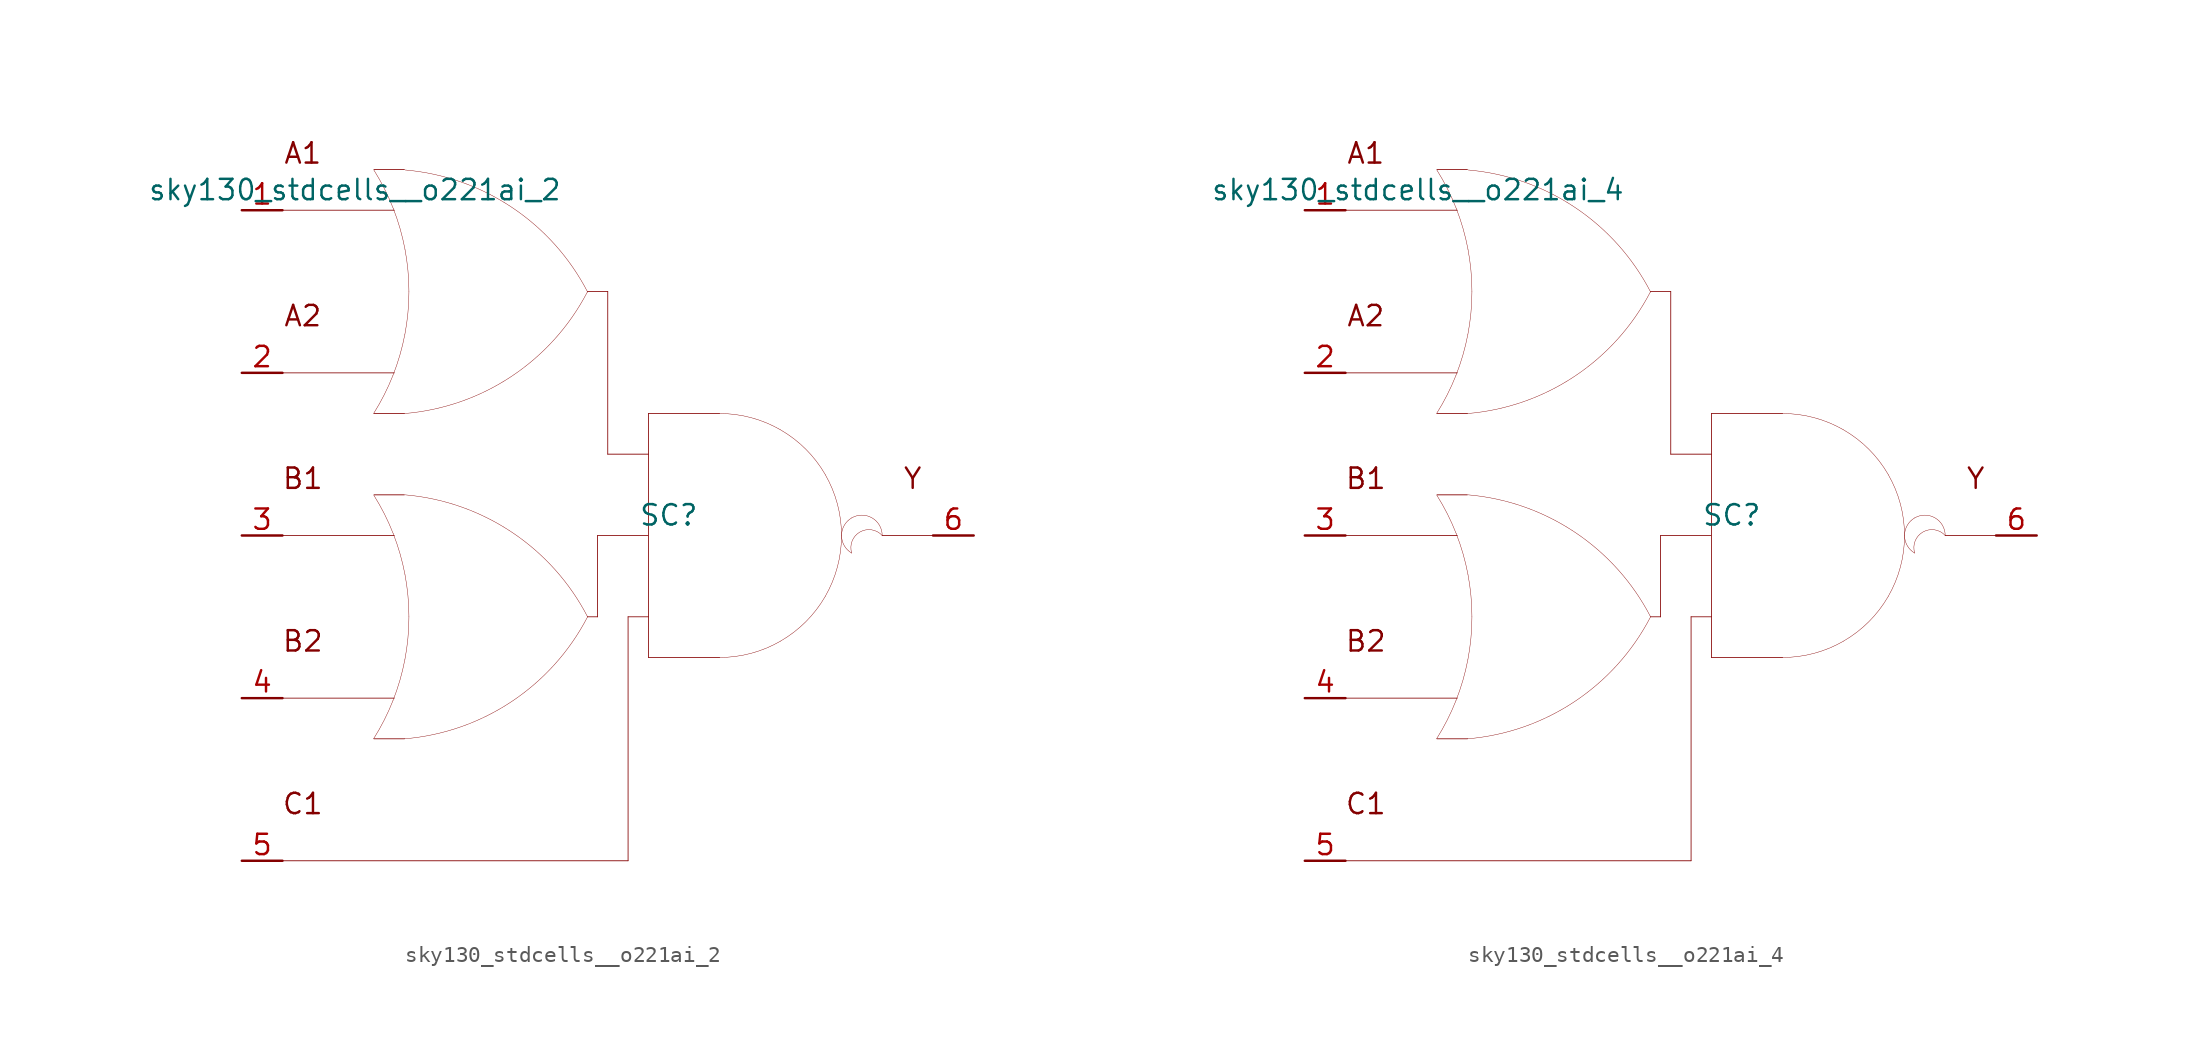
<source format=kicad_sym>
(kicad_symbol_lib
  (version 20211014)
  (generator kicad_symbol_editor)
  (symbol "sky130_stdcells__o221ai_2"
    (pin_names hide)
    (property "Reference" "SC"
      (at 3.81 1.27 0)
      (effects (font (size 1.27 1.27))))
    (property "Value" "sky130_stdcells__o221ai_2"
      (at -2.845 21.59 0)
      (effects (font (size 1.27 1.27)) (justify right)))
    (symbol "sky130_stdcells__o221ai_2_0_0"
      (arc (start -14.6255 -12.6942) (mid -13.968 -11.538) (end -13.4212 -10.3256) (stroke (width 0.0254) (type default) (color 0 0 0 0)) (fill (type none)))
      (arc (start -14.6255 7.6258) (mid -13.968 8.782) (end -13.4212 9.9944) (stroke (width 0.0254) (type default) (color 0 0 0 0)) (fill (type none)))
      (arc (start -13.4212 -10.3256) (mid -12.9863 -9.0555) (end -12.673 -7.7501) (stroke (width 0.0254) (type default) (color 0 0 0 0)) (fill (type none)))
      (arc (start -13.4212 9.9944) (mid -12.9863 11.2645) (end -12.673 12.5699) (stroke (width 0.0254) (type default) (color 0 0 0 0)) (fill (type none)))
      (arc (start -13.403 0.1193) (mid -13.9512 1.3448) (end -14.6123 2.5132) (stroke (width 0.0254) (type default) (color 0 0 0 0)) (fill (type none)))
      (arc (start -13.403 20.4393) (mid -13.9512 21.6648) (end -14.6123 22.8332) (stroke (width 0.0254) (type default) (color 0 0 0 0)) (fill (type none)))
      (arc (start -12.705 -12.7031) (mid -6.011 -10.3786) (end -1.2741 -5.1084) (stroke (width 0.0254) (type default) (color 0 0 0 0)) (fill (type none)))
      (arc (start -12.705 7.6169) (mid -6.011 9.9414) (end -1.2741 15.2116) (stroke (width 0.0254) (type default) (color 0 0 0 0)) (fill (type none)))
      (arc (start -12.673 -7.7501) (mid -12.4838 -6.421) (end -12.4206 -5.08) (stroke (width 0.0254) (type default) (color 0 0 0 0)) (fill (type none)))
      (arc (start -12.673 12.5699) (mid -12.4838 13.899) (end -12.4206 15.24) (stroke (width 0.0254) (type default) (color 0 0 0 0)) (fill (type none)))
      (arc (start -12.6684 -2.4344) (mid -12.9761 -1.1404) (end -13.403 0.1193) (stroke (width 0.0254) (type default) (color 0 0 0 0)) (fill (type none)))
      (arc (start -12.6684 17.8856) (mid -12.9761 19.1796) (end -13.403 20.4393) (stroke (width 0.0254) (type default) (color 0 0 0 0)) (fill (type none)))
      (arc (start -12.4206 -5.08) (mid -12.4827 -3.7514) (end -12.6684 -2.4344) (stroke (width 0.0254) (type default) (color 0 0 0 0)) (fill (type none)))
      (arc (start -12.4206 15.24) (mid -12.4827 16.5686) (end -12.6684 17.8856) (stroke (width 0.0254) (type default) (color 0 0 0 0)) (fill (type none)))
      (arc (start -1.2513 -5.0956) (mid -5.9698 0.191) (end -12.6556 2.5389) (stroke (width 0.0254) (type default) (color 0 0 0 0)) (fill (type none)))
      (arc (start -1.2513 15.199) (mid -5.9698 20.4856) (end -12.6556 22.8335) (stroke (width 0.0254) (type default) (color 0 0 0 0)) (fill (type none)))
      (polyline (pts (xy -20.32 -20.32) (xy 1.27 -20.32)) (stroke (width 0.051) (type default) (color 0 0 0 0)) (fill (type none)))
      (polyline (pts (xy -20.32 -10.16) (xy -13.335 -10.16)) (stroke (width 0.051) (type default) (color 0 0 0 0)) (fill (type none)))
      (polyline (pts (xy -20.32 0) (xy -13.335 0)) (stroke (width 0.051) (type default) (color 0 0 0 0)) (fill (type none)))
      (polyline (pts (xy -20.32 10.16) (xy -13.335 10.16)) (stroke (width 0.051) (type default) (color 0 0 0 0)) (fill (type none)))
      (polyline (pts (xy -20.32 20.32) (xy -13.335 20.32)) (stroke (width 0.051) (type default) (color 0 0 0 0)) (fill (type none)))
      (polyline (pts (xy -14.605 -12.7) (xy -12.7 -12.7)) (stroke (width 0.051) (type default) (color 0 0 0 0)) (fill (type none)))
      (polyline (pts (xy -14.605 2.54) (xy -12.7 2.54)) (stroke (width 0.051) (type default) (color 0 0 0 0)) (fill (type none)))
      (polyline (pts (xy -14.605 7.62) (xy -12.7 7.62)) (stroke (width 0.051) (type default) (color 0 0 0 0)) (fill (type none)))
      (polyline (pts (xy -14.605 22.86) (xy -12.7 22.86)) (stroke (width 0.051) (type default) (color 0 0 0 0)) (fill (type none)))
      (polyline (pts (xy -1.27 -5.08) (xy -0.635 -5.08)) (stroke (width 0.051) (type default) (color 0 0 0 0)) (fill (type none)))
      (polyline (pts (xy -1.27 15.24) (xy 0 15.24)) (stroke (width 0.051) (type default) (color 0 0 0 0)) (fill (type none)))
      (polyline (pts (xy -0.635 0) (xy -0.635 -5.08)) (stroke (width 0.051) (type default) (color 0 0 0 0)) (fill (type none)))
      (polyline (pts (xy -0.635 0) (xy 2.515 0)) (stroke (width 0.051) (type default) (color 0 0 0 0)) (fill (type none)))
      (polyline (pts (xy 0 5.08) (xy 2.54 5.08)) (stroke (width 0.051) (type default) (color 0 0 0 0)) (fill (type none)))
      (polyline (pts (xy 0 15.24) (xy 0 5.08)) (stroke (width 0.051) (type default) (color 0 0 0 0)) (fill (type none)))
      (polyline (pts (xy 1.27 -5.08) (xy 1.27 -20.32)) (stroke (width 0.051) (type default) (color 0 0 0 0)) (fill (type none)))
      (polyline (pts (xy 1.27 -5.08) (xy 2.54 -5.08)) (stroke (width 0.051) (type default) (color 0 0 0 0)) (fill (type none)))
      (polyline (pts (xy 2.54 -7.62) (xy 6.985 -7.62)) (stroke (width 0.051) (type default) (color 0 0 0 0)) (fill (type none)))
      (polyline (pts (xy 2.54 7.62) (xy 2.54 -7.62)) (stroke (width 0.051) (type default) (color 0 0 0 0)) (fill (type none)))
      (polyline (pts (xy 2.54 7.62) (xy 6.985 7.62)) (stroke (width 0.051) (type default) (color 0 0 0 0)) (fill (type none)))
      (polyline (pts (xy 17.145 0) (xy 20.32 0)) (stroke (width 0.051) (type default) (color 0 0 0 0)) (fill (type none)))
      (arc (start 6.985 -7.62) (mid 8.9572 -7.3604) (end 10.795 -6.5991) (stroke (width 0.0254) (type default) (color 0 0 0 0)) (fill (type none)))
      (arc (start 10.795 -6.5991) (mid 12.3731 -5.3881) (end 13.5841 -3.81) (stroke (width 0.0254) (type default) (color 0 0 0 0)) (fill (type none)))
      (arc (start 10.795 6.5991) (mid 8.9572 7.3603) (end 6.985 7.62) (stroke (width 0.0254) (type default) (color 0 0 0 0)) (fill (type none)))
      (arc (start 13.5841 -3.81) (mid 14.3453 -1.9722) (end 14.605 0) (stroke (width 0.0254) (type default) (color 0 0 0 0)) (fill (type none)))
      (arc (start 13.5841 3.81) (mid 12.3731 5.3881) (end 10.795 6.5991) (stroke (width 0.0254) (type default) (color 0 0 0 0)) (fill (type none)))
      (arc (start 14.605 0) (mid 14.3454 1.9722) (end 13.5841 3.81) (stroke (width 0.0254) (type default) (color 0 0 0 0)) (fill (type none)))
      (arc (start 15.24 1.0999) (mid 14.605 0) (end 15.24 -1.0999) (stroke (width 0.0254) (type default) (color 0 0 0 0)) (fill (type none)))
      (arc (start 17.145 0) (mid 15.2881 0.4743) (end 15.24 -1.0999) (stroke (width 0.0254) (type default) (color 0 0 0 0)) (fill (type none)))
      (arc (start 17.145 0) (mid 16.51 1.0998) (end 15.24 1.0999) (stroke (width 0.0254) (type default) (color 0 0 0 0)) (fill (type none)))
      (text "A1" (at -19.05 23.876 0) (effects (font (size 1.27 1.27))))
      (text "A2" (at -19.05 13.716 0) (effects (font (size 1.27 1.27))))
      (text "B1" (at -19.05 3.556 0) (effects (font (size 1.27 1.27))))
      (text "B2" (at -19.05 -6.604 0) (effects (font (size 1.27 1.27))))
      (text "C1" (at -19.05 -16.764 0) (effects (font (size 1.27 1.27))))
      (text "Y" (at 19.05 3.556 0) (effects (font (size 1.27 1.27)))))
    (symbol "sky130_stdcells__o221ai_2_1_1"
      (pin input line (at -22.86 20.32 0) (length 2.54) (name "A1" (effects (font (size 1.092 1.092)))) (number "1" (effects (font (size 1.27 1.27)))))
      (pin input line (at -22.86 10.16 0) (length 2.54) (name "A2" (effects (font (size 1.092 1.092)))) (number "2" (effects (font (size 1.27 1.27)))))
      (pin input line (at -22.86 0 0) (length 2.54) (name "B1" (effects (font (size 1.092 1.092)))) (number "3" (effects (font (size 1.27 1.27)))))
      (pin input line (at -22.86 -10.16 0) (length 2.54) (name "B2" (effects (font (size 1.092 1.092)))) (number "4" (effects (font (size 1.27 1.27)))))
      (pin input line (at -22.86 -20.32 0) (length 2.54) (name "C1" (effects (font (size 1.092 1.092)))) (number "5" (effects (font (size 1.27 1.27)))))
      (pin output line (at 22.86 0 180) (length 2.54) (name "Y" (effects (font (size 1.092 1.092)))) (number "6" (effects (font (size 1.27 1.27)))))))
  (symbol "sky130_stdcells__o221ai_4"
    (pin_names hide)
    (property "Reference" "SC"
      (at 3.81 1.27 0)
      (effects (font (size 1.27 1.27))))
    (property "Value" "sky130_stdcells__o221ai_4"
      (at -2.845 21.59 0)
      (effects (font (size 1.27 1.27)) (justify right)))
    (symbol "sky130_stdcells__o221ai_4_0_0"
      (arc (start -14.6255 -12.6942) (mid -13.968 -11.538) (end -13.4212 -10.3256) (stroke (width 0.0254) (type default) (color 0 0 0 0)) (fill (type none)))
      (arc (start -14.6255 7.6258) (mid -13.968 8.782) (end -13.4212 9.9944) (stroke (width 0.0254) (type default) (color 0 0 0 0)) (fill (type none)))
      (arc (start -13.4212 -10.3256) (mid -12.9863 -9.0555) (end -12.673 -7.7501) (stroke (width 0.0254) (type default) (color 0 0 0 0)) (fill (type none)))
      (arc (start -13.4212 9.9944) (mid -12.9863 11.2645) (end -12.673 12.5699) (stroke (width 0.0254) (type default) (color 0 0 0 0)) (fill (type none)))
      (arc (start -13.403 0.1193) (mid -13.9512 1.3448) (end -14.6123 2.5132) (stroke (width 0.0254) (type default) (color 0 0 0 0)) (fill (type none)))
      (arc (start -13.403 20.4393) (mid -13.9512 21.6648) (end -14.6123 22.8332) (stroke (width 0.0254) (type default) (color 0 0 0 0)) (fill (type none)))
      (arc (start -12.705 -12.7031) (mid -6.011 -10.3786) (end -1.2741 -5.1084) (stroke (width 0.0254) (type default) (color 0 0 0 0)) (fill (type none)))
      (arc (start -12.705 7.6169) (mid -6.011 9.9414) (end -1.2741 15.2116) (stroke (width 0.0254) (type default) (color 0 0 0 0)) (fill (type none)))
      (arc (start -12.673 -7.7501) (mid -12.4838 -6.421) (end -12.4206 -5.08) (stroke (width 0.0254) (type default) (color 0 0 0 0)) (fill (type none)))
      (arc (start -12.673 12.5699) (mid -12.4838 13.899) (end -12.4206 15.24) (stroke (width 0.0254) (type default) (color 0 0 0 0)) (fill (type none)))
      (arc (start -12.6684 -2.4344) (mid -12.9761 -1.1404) (end -13.403 0.1193) (stroke (width 0.0254) (type default) (color 0 0 0 0)) (fill (type none)))
      (arc (start -12.6684 17.8856) (mid -12.9761 19.1796) (end -13.403 20.4393) (stroke (width 0.0254) (type default) (color 0 0 0 0)) (fill (type none)))
      (arc (start -12.4206 -5.08) (mid -12.4827 -3.7514) (end -12.6684 -2.4344) (stroke (width 0.0254) (type default) (color 0 0 0 0)) (fill (type none)))
      (arc (start -12.4206 15.24) (mid -12.4827 16.5686) (end -12.6684 17.8856) (stroke (width 0.0254) (type default) (color 0 0 0 0)) (fill (type none)))
      (arc (start -1.2513 -5.0956) (mid -5.9698 0.191) (end -12.6556 2.5389) (stroke (width 0.0254) (type default) (color 0 0 0 0)) (fill (type none)))
      (arc (start -1.2513 15.199) (mid -5.9698 20.4856) (end -12.6556 22.8335) (stroke (width 0.0254) (type default) (color 0 0 0 0)) (fill (type none)))
      (polyline (pts (xy -20.32 -20.32) (xy 1.27 -20.32)) (stroke (width 0.051) (type default) (color 0 0 0 0)) (fill (type none)))
      (polyline (pts (xy -20.32 -10.16) (xy -13.335 -10.16)) (stroke (width 0.051) (type default) (color 0 0 0 0)) (fill (type none)))
      (polyline (pts (xy -20.32 0) (xy -13.335 0)) (stroke (width 0.051) (type default) (color 0 0 0 0)) (fill (type none)))
      (polyline (pts (xy -20.32 10.16) (xy -13.335 10.16)) (stroke (width 0.051) (type default) (color 0 0 0 0)) (fill (type none)))
      (polyline (pts (xy -20.32 20.32) (xy -13.335 20.32)) (stroke (width 0.051) (type default) (color 0 0 0 0)) (fill (type none)))
      (polyline (pts (xy -14.605 -12.7) (xy -12.7 -12.7)) (stroke (width 0.051) (type default) (color 0 0 0 0)) (fill (type none)))
      (polyline (pts (xy -14.605 2.54) (xy -12.7 2.54)) (stroke (width 0.051) (type default) (color 0 0 0 0)) (fill (type none)))
      (polyline (pts (xy -14.605 7.62) (xy -12.7 7.62)) (stroke (width 0.051) (type default) (color 0 0 0 0)) (fill (type none)))
      (polyline (pts (xy -14.605 22.86) (xy -12.7 22.86)) (stroke (width 0.051) (type default) (color 0 0 0 0)) (fill (type none)))
      (polyline (pts (xy -1.27 -5.08) (xy -0.635 -5.08)) (stroke (width 0.051) (type default) (color 0 0 0 0)) (fill (type none)))
      (polyline (pts (xy -1.27 15.24) (xy 0 15.24)) (stroke (width 0.051) (type default) (color 0 0 0 0)) (fill (type none)))
      (polyline (pts (xy -0.635 0) (xy -0.635 -5.08)) (stroke (width 0.051) (type default) (color 0 0 0 0)) (fill (type none)))
      (polyline (pts (xy -0.635 0) (xy 2.515 0)) (stroke (width 0.051) (type default) (color 0 0 0 0)) (fill (type none)))
      (polyline (pts (xy 0 5.08) (xy 2.54 5.08)) (stroke (width 0.051) (type default) (color 0 0 0 0)) (fill (type none)))
      (polyline (pts (xy 0 15.24) (xy 0 5.08)) (stroke (width 0.051) (type default) (color 0 0 0 0)) (fill (type none)))
      (polyline (pts (xy 1.27 -5.08) (xy 1.27 -20.32)) (stroke (width 0.051) (type default) (color 0 0 0 0)) (fill (type none)))
      (polyline (pts (xy 1.27 -5.08) (xy 2.54 -5.08)) (stroke (width 0.051) (type default) (color 0 0 0 0)) (fill (type none)))
      (polyline (pts (xy 2.54 -7.62) (xy 6.985 -7.62)) (stroke (width 0.051) (type default) (color 0 0 0 0)) (fill (type none)))
      (polyline (pts (xy 2.54 7.62) (xy 2.54 -7.62)) (stroke (width 0.051) (type default) (color 0 0 0 0)) (fill (type none)))
      (polyline (pts (xy 2.54 7.62) (xy 6.985 7.62)) (stroke (width 0.051) (type default) (color 0 0 0 0)) (fill (type none)))
      (polyline (pts (xy 17.145 0) (xy 20.32 0)) (stroke (width 0.051) (type default) (color 0 0 0 0)) (fill (type none)))
      (arc (start 6.985 -7.62) (mid 8.9572 -7.3604) (end 10.795 -6.5991) (stroke (width 0.0254) (type default) (color 0 0 0 0)) (fill (type none)))
      (arc (start 10.795 -6.5991) (mid 12.3731 -5.3881) (end 13.5841 -3.81) (stroke (width 0.0254) (type default) (color 0 0 0 0)) (fill (type none)))
      (arc (start 10.795 6.5991) (mid 8.9572 7.3603) (end 6.985 7.62) (stroke (width 0.0254) (type default) (color 0 0 0 0)) (fill (type none)))
      (arc (start 13.5841 -3.81) (mid 14.3453 -1.9722) (end 14.605 0) (stroke (width 0.0254) (type default) (color 0 0 0 0)) (fill (type none)))
      (arc (start 13.5841 3.81) (mid 12.3731 5.3881) (end 10.795 6.5991) (stroke (width 0.0254) (type default) (color 0 0 0 0)) (fill (type none)))
      (arc (start 14.605 0) (mid 14.3454 1.9722) (end 13.5841 3.81) (stroke (width 0.0254) (type default) (color 0 0 0 0)) (fill (type none)))
      (arc (start 15.24 1.0999) (mid 14.605 0) (end 15.24 -1.0999) (stroke (width 0.0254) (type default) (color 0 0 0 0)) (fill (type none)))
      (arc (start 17.145 0) (mid 15.2881 0.4743) (end 15.24 -1.0999) (stroke (width 0.0254) (type default) (color 0 0 0 0)) (fill (type none)))
      (arc (start 17.145 0) (mid 16.51 1.0998) (end 15.24 1.0999) (stroke (width 0.0254) (type default) (color 0 0 0 0)) (fill (type none)))
      (text "A1" (at -19.05 23.876 0) (effects (font (size 1.27 1.27))))
      (text "A2" (at -19.05 13.716 0) (effects (font (size 1.27 1.27))))
      (text "B1" (at -19.05 3.556 0) (effects (font (size 1.27 1.27))))
      (text "B2" (at -19.05 -6.604 0) (effects (font (size 1.27 1.27))))
      (text "C1" (at -19.05 -16.764 0) (effects (font (size 1.27 1.27))))
      (text "Y" (at 19.05 3.556 0) (effects (font (size 1.27 1.27)))))
    (symbol "sky130_stdcells__o221ai_4_1_1"
      (pin input line (at -22.86 20.32 0) (length 2.54) (name "A1" (effects (font (size 1.092 1.092)))) (number "1" (effects (font (size 1.27 1.27)))))
      (pin input line (at -22.86 10.16 0) (length 2.54) (name "A2" (effects (font (size 1.092 1.092)))) (number "2" (effects (font (size 1.27 1.27)))))
      (pin input line (at -22.86 0 0) (length 2.54) (name "B1" (effects (font (size 1.092 1.092)))) (number "3" (effects (font (size 1.27 1.27)))))
      (pin input line (at -22.86 -10.16 0) (length 2.54) (name "B2" (effects (font (size 1.092 1.092)))) (number "4" (effects (font (size 1.27 1.27)))))
      (pin input line (at -22.86 -20.32 0) (length 2.54) (name "C1" (effects (font (size 1.092 1.092)))) (number "5" (effects (font (size 1.27 1.27)))))
      (pin output line (at 22.86 0 180) (length 2.54) (name "Y" (effects (font (size 1.092 1.092)))) (number "6" (effects (font (size 1.27 1.27))))))))
</source>
